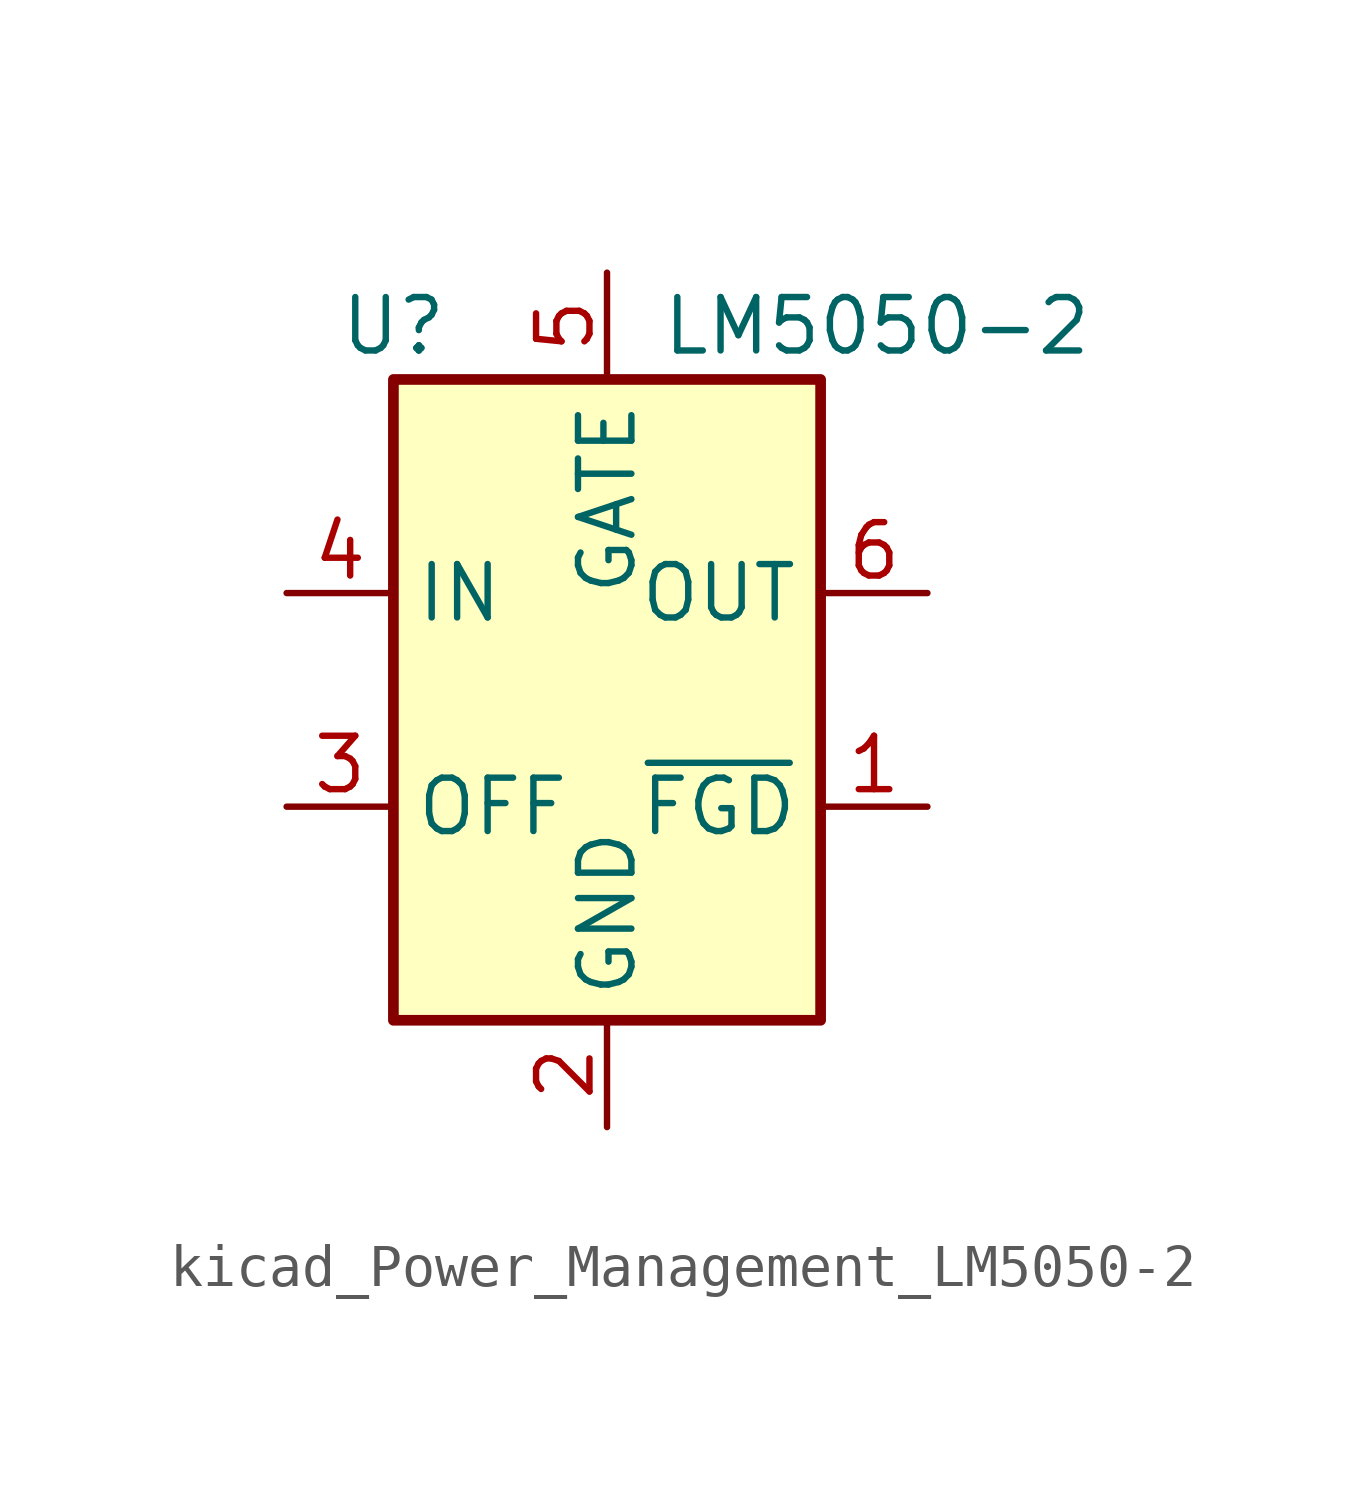
<source format=kicad_sym>
(kicad_symbol_lib
  (version 20220914)
  (generator kicad_symbol_editor)
  (symbol "kicad_Power_Management_LM5050-2"
    (property "Reference" "U"
      (at -5.08 8.89 0)
      (effects (font (size 1.27 1.27))))
    (property "Value" "LM5050-2"
      (at 1.27 8.89 0)
      (effects (font (size 1.27 1.27)) (justify left)))
    (symbol "kicad_Power_Management_LM5050-2_0_1"
      (rectangle (start -5.08 7.62) (end 5.08 -7.62) (stroke (width 0.254) (type default)) (fill (type background))))
    (symbol "kicad_Power_Management_LM5050-2_1_1"
      (pin open_collector line (at 7.62 -2.54 180) (length 2.54) (name "~{FGD}" (effects (font (size 1.27 1.27)))) (number "1" (effects (font (size 1.27 1.27)))))
      (pin power_in line (at 0 -10.16 90) (length 2.54) (name "GND" (effects (font (size 1.27 1.27)))) (number "2" (effects (font (size 1.27 1.27)))))
      (pin input line (at -7.62 -2.54 0) (length 2.54) (name "OFF" (effects (font (size 1.27 1.27)))) (number "3" (effects (font (size 1.27 1.27)))))
      (pin input line (at -7.62 2.54 0) (length 2.54) (name "IN" (effects (font (size 1.27 1.27)))) (number "4" (effects (font (size 1.27 1.27)))))
      (pin output line (at 0 10.16 270) (length 2.54) (name "GATE" (effects (font (size 1.27 1.27)))) (number "5" (effects (font (size 1.27 1.27)))))
      (pin input line (at 7.62 2.54 180) (length 2.54) (name "OUT" (effects (font (size 1.27 1.27)))) (number "6" (effects (font (size 1.27 1.27))))))))
</source>
